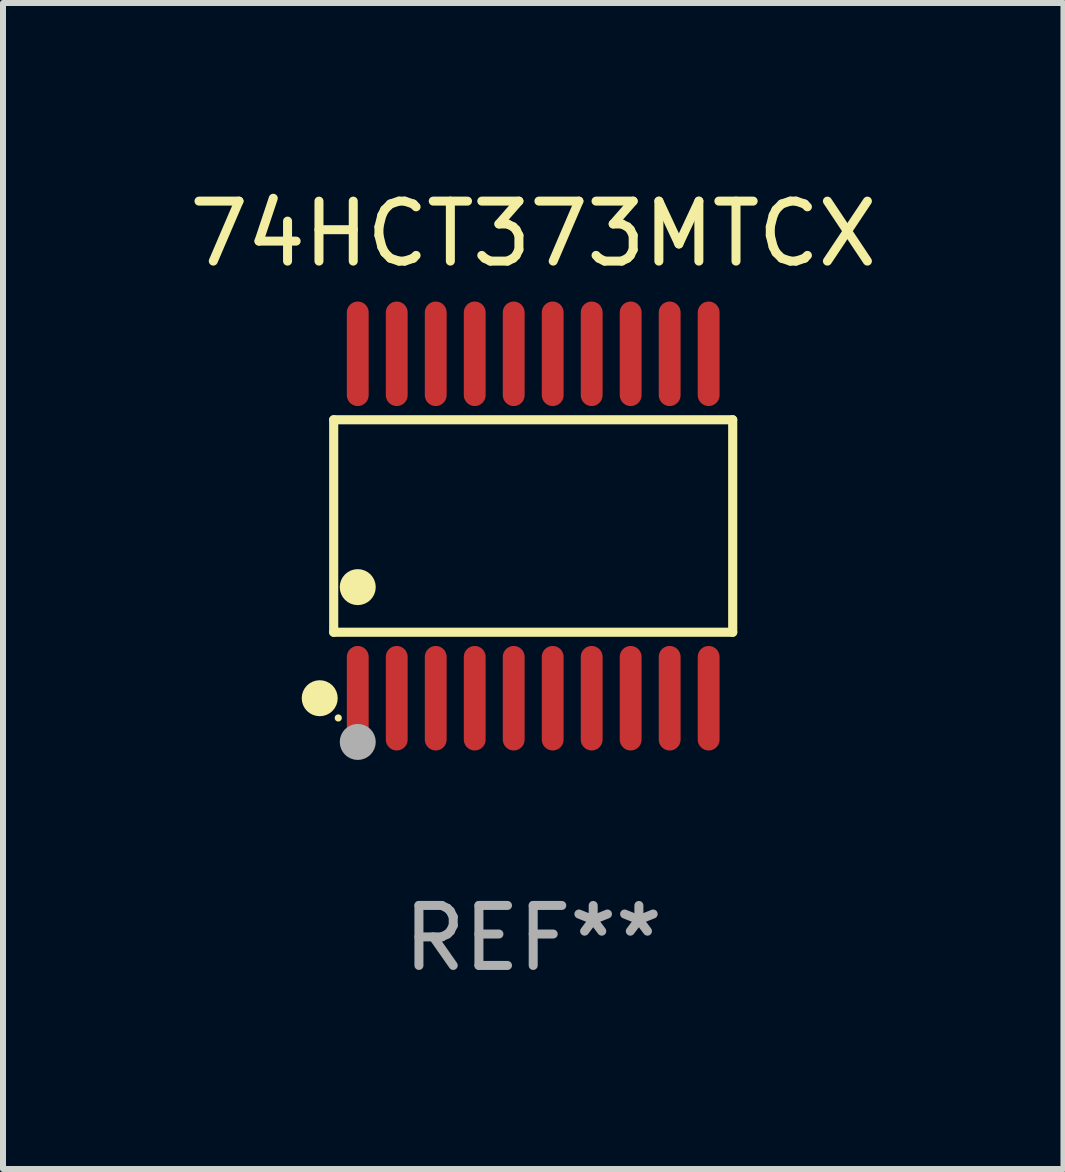
<source format=kicad_pcb>
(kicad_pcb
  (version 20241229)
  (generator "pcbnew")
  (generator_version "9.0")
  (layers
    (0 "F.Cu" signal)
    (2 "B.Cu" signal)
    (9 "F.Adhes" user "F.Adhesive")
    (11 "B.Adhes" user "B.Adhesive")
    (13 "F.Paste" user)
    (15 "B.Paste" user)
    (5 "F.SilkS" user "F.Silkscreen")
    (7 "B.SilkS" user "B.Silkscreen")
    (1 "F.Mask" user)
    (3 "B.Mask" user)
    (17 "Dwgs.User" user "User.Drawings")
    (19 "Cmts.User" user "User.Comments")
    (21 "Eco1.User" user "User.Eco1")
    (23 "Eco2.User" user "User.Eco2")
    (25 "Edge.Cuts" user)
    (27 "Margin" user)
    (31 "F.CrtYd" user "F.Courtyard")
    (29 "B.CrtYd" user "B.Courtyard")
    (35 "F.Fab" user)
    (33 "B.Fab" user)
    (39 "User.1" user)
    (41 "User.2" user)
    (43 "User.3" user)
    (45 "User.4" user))
  (footprint "74HCT373MTCX"
    (layer "F.Cu")
    (at 5.839 5.719)
    (property "Reference" "74HCT373MTCX" (at 0 -4.871 0) (layer "F.SilkS") (effects (font (size 1 1) (thickness 0.15))))
    (attr through_hole)
    (fp_line (start -3.326 -1.771) (end 3.326 -1.771) (stroke (width 0.152) (type solid)) (layer "F.SilkS"))
    (fp_line (start -3.326 1.771) (end -3.326 -1.771) (stroke (width 0.152) (type solid)) (layer "F.SilkS"))
    (fp_line (start 3.326 -1.771) (end 3.326 1.771) (stroke (width 0.152) (type solid)) (layer "F.SilkS"))
    (fp_line (start 3.326 1.771) (end -3.326 1.771) (stroke (width 0.152) (type solid)) (layer "F.SilkS"))
    (fp_circle (center -3.559 2.871) (end -3.409 2.871) (stroke (width 0.3) (type solid)) (fill no) (layer "F.SilkS"))
    (fp_circle (center -3.25 3.2) (end -3.22 3.2) (stroke (width 0.06) (type solid)) (fill no) (layer "F.SilkS"))
    (fp_circle (center -2.925 1.019) (end -2.775 1.019) (stroke (width 0.3) (type solid)) (fill no) (layer "F.SilkS"))
    (fp_circle (center -2.925 3.6) (end -2.775 3.6) (stroke (width 0.3) (type solid)) (fill no) (layer "F.Fab"))
    (fp_text user "REF**" (at 0 6.871 0) (layer "F.Fab") (effects (font (size 1 1) (thickness 0.15))))
    (pad "1" smd oval (at -2.925 2.871) (size 0.364 1.742) (layers "F.Cu" "F.Mask" "F.Paste"))
    (pad "2" smd oval (at -2.275 2.871) (size 0.364 1.742) (layers "F.Cu" "F.Mask" "F.Paste"))
    (pad "3" smd oval (at -1.625 2.871) (size 0.364 1.742) (layers "F.Cu" "F.Mask" "F.Paste"))
    (pad "4" smd oval (at -0.975 2.871) (size 0.364 1.742) (layers "F.Cu" "F.Mask" "F.Paste"))
    (pad "5" smd oval (at -0.325 2.871) (size 0.364 1.742) (layers "F.Cu" "F.Mask" "F.Paste"))
    (pad "6" smd oval (at 0.325 2.871) (size 0.364 1.742) (layers "F.Cu" "F.Mask" "F.Paste"))
    (pad "7" smd oval (at 0.975 2.871) (size 0.364 1.742) (layers "F.Cu" "F.Mask" "F.Paste"))
    (pad "8" smd oval (at 1.625 2.871) (size 0.364 1.742) (layers "F.Cu" "F.Mask" "F.Paste"))
    (pad "9" smd oval (at 2.275 2.871) (size 0.364 1.742) (layers "F.Cu" "F.Mask" "F.Paste"))
    (pad "10" smd oval (at 2.925 2.871) (size 0.364 1.742) (layers "F.Cu" "F.Mask" "F.Paste"))
    (pad "11" smd oval (at 2.925 -2.871) (size 0.364 1.742) (layers "F.Cu" "F.Mask" "F.Paste"))
    (pad "12" smd oval (at 2.275 -2.871) (size 0.364 1.742) (layers "F.Cu" "F.Mask" "F.Paste"))
    (pad "13" smd oval (at 1.625 -2.871) (size 0.364 1.742) (layers "F.Cu" "F.Mask" "F.Paste"))
    (pad "14" smd oval (at 0.975 -2.871) (size 0.364 1.742) (layers "F.Cu" "F.Mask" "F.Paste"))
    (pad "15" smd oval (at 0.325 -2.871) (size 0.364 1.742) (layers "F.Cu" "F.Mask" "F.Paste"))
    (pad "16" smd oval (at -0.325 -2.871) (size 0.364 1.742) (layers "F.Cu" "F.Mask" "F.Paste"))
    (pad "17" smd oval (at -0.975 -2.871) (size 0.364 1.742) (layers "F.Cu" "F.Mask" "F.Paste"))
    (pad "18" smd oval (at -1.625 -2.871) (size 0.364 1.742) (layers "F.Cu" "F.Mask" "F.Paste"))
    (pad "19" smd oval (at -2.275 -2.871) (size 0.364 1.742) (layers "F.Cu" "F.Mask" "F.Paste"))
    (pad "20" smd oval (at -2.925 -2.871) (size 0.364 1.742) (layers "F.Cu" "F.Mask" "F.Paste")))
  (gr_rect
    (start -3 -3)
    (end 14.679 16.438)
    (stroke (width 0.1) (type default))
    (fill no)
    (layer "Edge.Cuts")))
</source>
